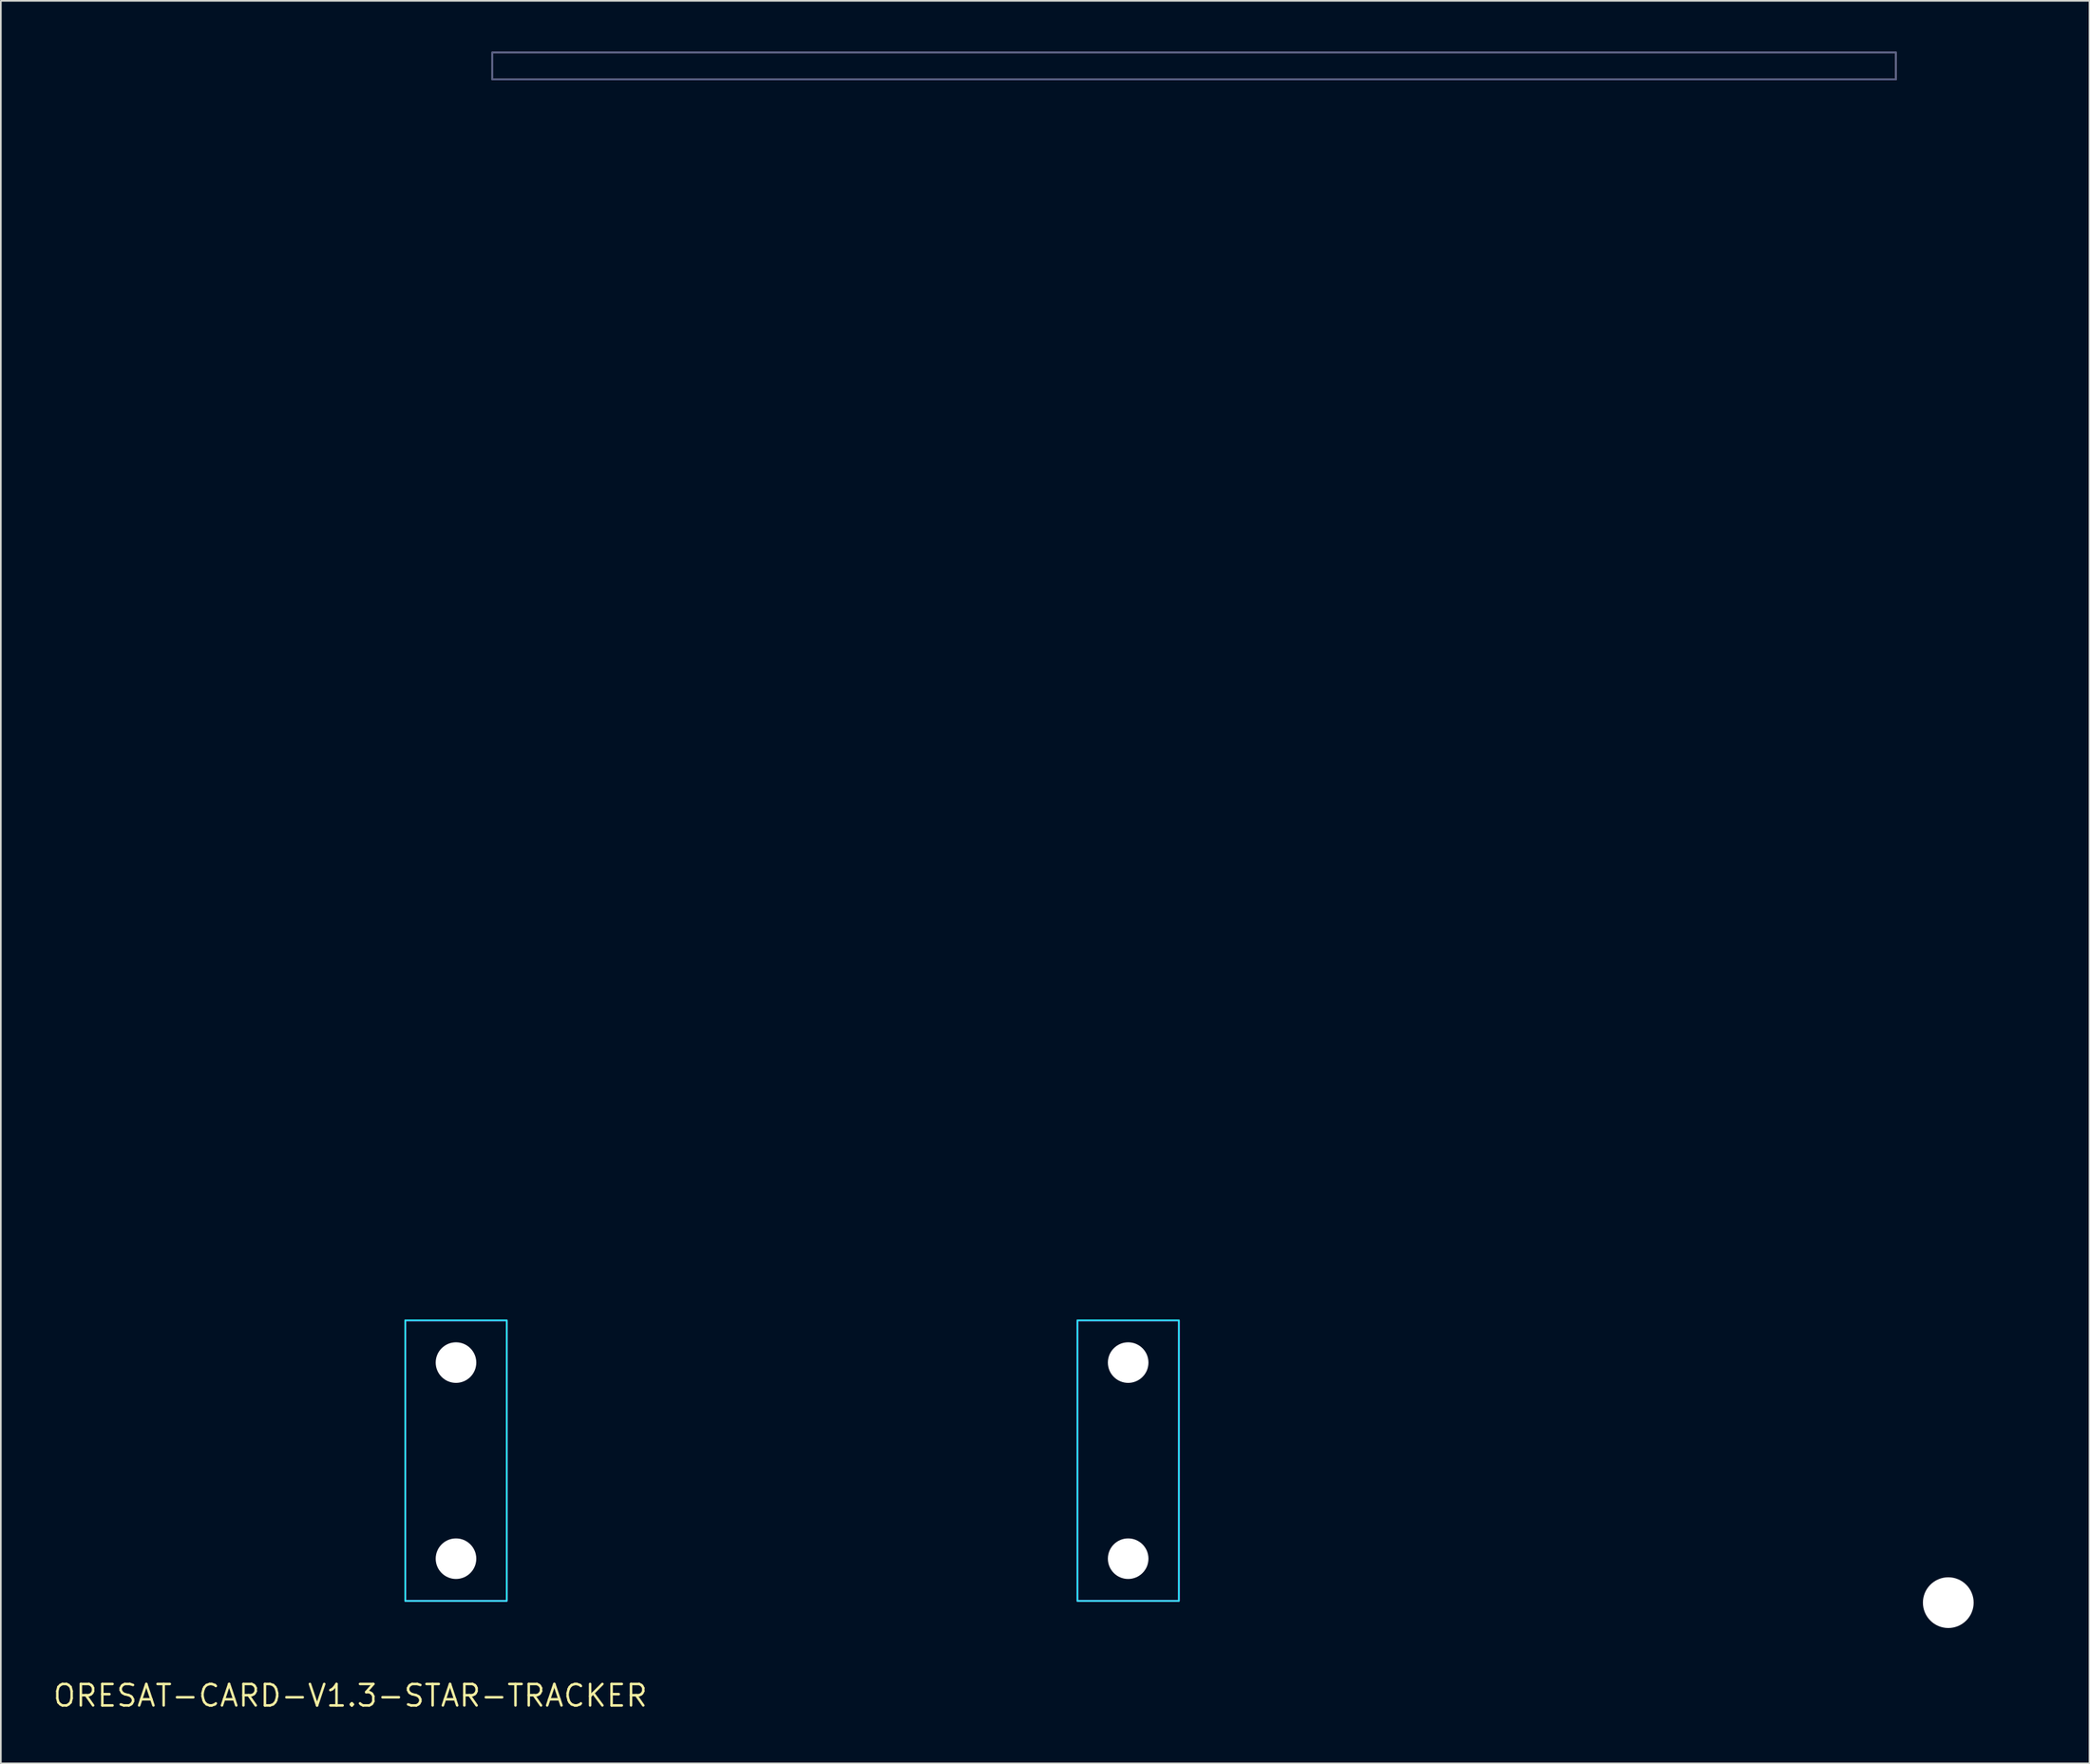
<source format=kicad_pcb>
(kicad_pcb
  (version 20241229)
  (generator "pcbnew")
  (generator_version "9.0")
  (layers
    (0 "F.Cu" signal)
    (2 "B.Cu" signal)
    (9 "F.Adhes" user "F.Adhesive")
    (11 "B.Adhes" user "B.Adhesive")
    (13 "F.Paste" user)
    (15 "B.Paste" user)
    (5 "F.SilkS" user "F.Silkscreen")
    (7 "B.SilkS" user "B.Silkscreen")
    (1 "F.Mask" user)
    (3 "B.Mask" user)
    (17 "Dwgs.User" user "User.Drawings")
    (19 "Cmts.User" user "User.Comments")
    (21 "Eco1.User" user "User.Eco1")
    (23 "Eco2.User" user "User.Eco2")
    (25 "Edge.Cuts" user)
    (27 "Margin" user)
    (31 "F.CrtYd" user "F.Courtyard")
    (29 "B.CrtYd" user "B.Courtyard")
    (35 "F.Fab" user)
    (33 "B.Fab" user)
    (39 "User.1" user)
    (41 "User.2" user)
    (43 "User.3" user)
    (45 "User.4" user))
  (footprint "ORESAT-CARD-V1.3-STAR-TRACKER"
    (layer "F.Cu")
    (at 17.666 97.25)
    (property "Reference" "ORESAT-CARD-V1.3-STAR-TRACKER" (at 0 0 0) (layer "F.SilkS") (effects (font (size 1.27 1.27) (thickness 0.15))))
    (fp_poly (pts (xy 2.75 -8.501) (xy 0.497 -8.501) (xy 0.358 -8.519) (xy 0.225 -8.574) (xy 0.111 -8.662) (xy 0.021 -8.778) (xy -0.05 -9.044) (xy -0.05 -88.921) (xy 2.75 -91.721)) (stroke (width 0) (type default)) (fill yes) (layer "F.Mask"))
    (fp_poly (pts (xy 99.85 -88.922) (xy 99.85 -9.097) (xy 99.832 -8.958) (xy 99.777 -8.825) (xy 99.689 -8.711) (xy 99.575 -8.623) (xy 99.442 -8.568) (xy 99.303 -8.55) (xy 97.05 -8.55) (xy 97.05 -91.514)) (stroke (width 0) (type default)) (fill yes) (layer "F.Mask"))
    (fp_poly (pts (xy 84.35 -0.497) (xy 84.332 -0.358) (xy 84.277 -0.225) (xy 84.189 -0.111) (xy 84.075 -0.023) (xy 83.942 0.032) (xy 83.803 0.05) (xy 43.522 0.05) (xy 43.383 0.032) (xy 43.25 -0.023) (xy 43.136 -0.111) (xy 43.046 -0.227) (xy 42.975 -0.493) (xy 42.975 -2.75) (xy 84.35 -2.75)) (stroke (width 0) (type default)) (fill yes) (layer "F.Mask"))
    (fp_poly (pts (xy 2.75 -8.501) (xy 0.497 -8.501) (xy 0.358 -8.519) (xy 0.225 -8.574) (xy 0.111 -8.662) (xy 0.021 -8.778) (xy -0.05 -9.044) (xy -0.05 -88.921) (xy 2.75 -91.721)) (stroke (width 0) (type default)) (fill yes) (layer "B.Mask"))
    (fp_poly (pts (xy 99.85 -88.922) (xy 99.85 -9.097) (xy 99.832 -8.958) (xy 99.777 -8.825) (xy 99.689 -8.711) (xy 99.575 -8.623) (xy 99.442 -8.568) (xy 99.303 -8.55) (xy 97.05 -8.55) (xy 97.05 -91.514)) (stroke (width 0) (type default)) (fill yes) (layer "B.Mask"))
    (fp_poly (pts (xy 84.35 -0.497) (xy 84.332 -0.358) (xy 84.277 -0.225) (xy 84.189 -0.111) (xy 84.075 -0.023) (xy 83.942 0.032) (xy 83.803 0.05) (xy 43.522 0.05) (xy 43.383 0.032) (xy 43.25 -0.023) (xy 43.136 -0.111) (xy 43.046 -0.227) (xy 42.975 -0.493) (xy 42.975 -2.75) (xy 84.35 -2.75)) (stroke (width 0) (type default)) (fill yes) (layer "B.Mask"))
    (fp_line (start 0 -88.8) (end 0 -9.1) (stroke (width 0.001) (type solid)) (layer "Dwgs.User"))
    (fp_line (start 2.25 -8.6) (end 0.5 -8.6) (stroke (width 0.001) (type solid)) (layer "Dwgs.User"))
    (fp_line (start 2.75 -8.1) (end 2.75 -3.4) (stroke (width 0.001) (type solid)) (layer "Dwgs.User"))
    (fp_line (start 3.25 -22.2) (end 9.25 -22.2) (stroke (width 0.001) (type solid)) (layer "Dwgs.User"))
    (fp_line (start 3.25 -5.6) (end 3.25 -22.2) (stroke (width 0.001) (type solid)) (layer "Dwgs.User"))
    (fp_line (start 3.25 -2.9) (end 8.75 -2.9) (stroke (width 0.001) (type solid)) (layer "Dwgs.User"))
    (fp_line (start 5.8 -94.6) (end 0 -88.8) (stroke (width 0.001) (type solid)) (layer "Dwgs.User"))
    (fp_line (start 8.4 -95.6) (end 8.4 -97.2) (stroke (width 0.001) (type solid)) (layer "Dwgs.User"))
    (fp_line (start 8.668 -94.6) (end 5.8 -94.6) (stroke (width 0.001) (type solid)) (layer "Dwgs.User"))
    (fp_line (start 9.25 -22.2) (end 9.25 -5.6) (stroke (width 0.001) (type solid)) (layer "Dwgs.User"))
    (fp_line (start 9.25 -5.6) (end 3.25 -5.6) (stroke (width 0.001) (type solid)) (layer "Dwgs.User"))
    (fp_line (start 9.25 -3.4) (end 9.25 -26.9) (stroke (width 0.001) (type solid)) (layer "Dwgs.User"))
    (fp_line (start 10.25 -22.8) (end 10.25 -21.2) (stroke (width 0.001) (type solid)) (layer "Dwgs.User"))
    (fp_line (start 10.25 -21.2) (end 41.75 -21.2) (stroke (width 0.001) (type solid)) (layer "Dwgs.User"))
    (fp_line (start 11.25 -28.9) (end 41 -28.9) (stroke (width 0.001) (type solid)) (layer "Dwgs.User"))
    (fp_line (start 19.1 -87.9) (end 56 -87.9) (stroke (width 0.001) (type solid)) (layer "Dwgs.User"))
    (fp_line (start 21.9 -89.9) (end 21.9 -86) (stroke (width 0.001) (type solid)) (layer "Dwgs.User"))
    (fp_line (start 31.668 -94.6) (end 12.132 -94.6) (stroke (width 0.001) (type solid)) (layer "Dwgs.User"))
    (fp_line (start 41.75 -22.8) (end 10.25 -22.8) (stroke (width 0.001) (type solid)) (layer "Dwgs.User"))
    (fp_line (start 41.75 -21.2) (end 41.75 -22.8) (stroke (width 0.001) (type solid)) (layer "Dwgs.User"))
    (fp_line (start 43 -26.9) (end 43 -0.5) (stroke (width 0.001) (type solid)) (layer "Dwgs.User"))
    (fp_line (start 43 -22.2) (end 49 -22.2) (stroke (width 0.001) (type solid)) (layer "Dwgs.User"))
    (fp_line (start 43 -5.6) (end 43 -22.2) (stroke (width 0.001) (type solid)) (layer "Dwgs.User"))
    (fp_line (start 49 -22.2) (end 49 -5.6) (stroke (width 0.001) (type solid)) (layer "Dwgs.User"))
    (fp_line (start 49 -5.6) (end 43 -5.6) (stroke (width 0.001) (type solid)) (layer "Dwgs.User"))
    (fp_line (start 49.9 -44.672) (end 49.9 -89.9) (stroke (width 0.001) (type solid)) (layer "Dwgs.User"))
    (fp_line (start 64.668 -94.6) (end 35.132 -94.6) (stroke (width 0.001) (type solid)) (layer "Dwgs.User"))
    (fp_line (start 83.8 0) (end 43.5 0) (stroke (width 0.001) (type solid)) (layer "Dwgs.User"))
    (fp_line (start 84.3 -0.5) (end 84.3 -2.4) (stroke (width 0.001) (type solid)) (layer "Dwgs.User"))
    (fp_line (start 84.8 -2.9) (end 96.55 -2.9) (stroke (width 0.001) (type solid)) (layer "Dwgs.User"))
    (fp_line (start 87.668 -94.6) (end 68.132 -94.6) (stroke (width 0.001) (type solid)) (layer "Dwgs.User"))
    (fp_line (start 91.4 -97.2) (end 8.4 -97.2) (stroke (width 0.001) (type solid)) (layer "Dwgs.User"))
    (fp_line (start 91.4 -97.2) (end 91.4 -95.6) (stroke (width 0.001) (type solid)) (layer "Dwgs.User"))
    (fp_line (start 91.4 -95.6) (end 8.4 -95.6) (stroke (width 0.001) (type solid)) (layer "Dwgs.User"))
    (fp_line (start 94 -94.6) (end 91.132 -94.6) (stroke (width 0.001) (type solid)) (layer "Dwgs.User"))
    (fp_line (start 97.05 -3.4) (end 97.05 -8.1) (stroke (width 0.001) (type solid)) (layer "Dwgs.User"))
    (fp_line (start 99.3 -8.6) (end 97.55 -8.6) (stroke (width 0.001) (type solid)) (layer "Dwgs.User"))
    (fp_line (start 99.8 -88.8) (end 94 -94.6) (stroke (width 0.001) (type solid)) (layer "Dwgs.User"))
    (fp_line (start 99.8 -9.1) (end 99.8 -88.8) (stroke (width 0.001) (type solid)) (layer "Dwgs.User"))
    (fp_arc (start 0.5 -8.6) (mid 0.146447 -8.746447) (end 0 -9.1) (stroke (width 0.001) (type solid)) (layer "Dwgs.User"))
    (fp_arc (start 2.25 -8.6) (mid 2.603553 -8.453553) (end 2.75 -8.1) (stroke (width 0.001) (type solid)) (layer "Dwgs.User"))
    (fp_arc (start 3.25 -2.9) (mid 2.896447 -3.046447) (end 2.75 -3.4) (stroke (width 0.001) (type solid)) (layer "Dwgs.User"))
    (fp_arc (start 9.25 -26.9) (mid 9.835786 -28.314214) (end 11.25 -28.9) (stroke (width 0.001) (type solid)) (layer "Dwgs.User"))
    (fp_arc (start 9.25 -3.4) (mid 9.103553 -3.046447) (end 8.75 -2.9) (stroke (width 0.001) (type solid)) (layer "Dwgs.User"))
    (fp_arc (start 12.132049 -94.599999) (mid 10.399999 -93.600001) (end 8.66795 -94.6) (stroke (width 0.001) (type solid)) (layer "Dwgs.User"))
    (fp_arc (start 35.132049 -94.599999) (mid 33.399999 -93.600001) (end 31.66795 -94.6) (stroke (width 0.001) (type solid)) (layer "Dwgs.User"))
    (fp_arc (start 41 -28.9) (mid 42.414214 -28.314214) (end 43 -26.9) (stroke (width 0.001) (type solid)) (layer "Dwgs.User"))
    (fp_arc (start 43.5 0) (mid 43.146447 -0.146447) (end 43 -0.5) (stroke (width 0.001) (type solid)) (layer "Dwgs.User"))
    (fp_arc (start 68.132049 -94.599999) (mid 66.399999 -93.600001) (end 64.66795 -94.6) (stroke (width 0.001) (type solid)) (layer "Dwgs.User"))
    (fp_arc (start 84.3 -2.4) (mid 84.446447 -2.753553) (end 84.8 -2.9) (stroke (width 0.001) (type solid)) (layer "Dwgs.User"))
    (fp_arc (start 84.3 -0.5) (mid 84.153553 -0.146447) (end 83.8 0) (stroke (width 0.001) (type solid)) (layer "Dwgs.User"))
    (fp_arc (start 91.132049 -94.599999) (mid 89.399999 -93.600001) (end 87.66795 -94.6) (stroke (width 0.001) (type solid)) (layer "Dwgs.User"))
    (fp_arc (start 97.05 -8.1) (mid 97.196447 -8.453553) (end 97.55 -8.6) (stroke (width 0.001) (type solid)) (layer "Dwgs.User"))
    (fp_arc (start 97.05 -3.4) (mid 96.903553 -3.046447) (end 96.55 -2.9) (stroke (width 0.001) (type solid)) (layer "Dwgs.User"))
    (fp_arc (start 99.8 -9.1) (mid 99.653553 -8.746447) (end 99.3 -8.6) (stroke (width 0.001) (type solid)) (layer "Dwgs.User"))
    (fp_circle (center 6.25 -19.7) (end 7.45 -19.7) (stroke (width 0.001) (type solid)) (fill no) (layer "Dwgs.User"))
    (fp_circle (center 6.25 -8.1) (end 7.45 -8.1) (stroke (width 0.001) (type solid)) (fill no) (layer "Dwgs.User"))
    (fp_circle (center 46 -19.7) (end 47.2 -19.7) (stroke (width 0.001) (type solid)) (fill no) (layer "Dwgs.User"))
    (fp_circle (center 46 -8.1) (end 47.2 -8.1) (stroke (width 0.001) (type solid)) (fill no) (layer "Dwgs.User"))
    (fp_circle (center 49.9 -49.8) (end 52.4 -49.8) (stroke (width 0.001) (type solid)) (fill no) (layer "Dwgs.User"))
    (fp_line (start 0 -88.8) (end 0 -9.1) (stroke (width 0.001) (type solid)) (layer "Edge.Cuts"))
    (fp_line (start 2.25 -8.6) (end 0.5 -8.6) (stroke (width 0.001) (type solid)) (layer "Edge.Cuts"))
    (fp_line (start 2.75 -8.1) (end 2.75 -3.4) (stroke (width 0.001) (type solid)) (layer "Edge.Cuts"))
    (fp_line (start 3.25 -2.9) (end 8.75 -2.9) (stroke (width 0.001) (type solid)) (layer "Edge.Cuts"))
    (fp_line (start 5.8 -94.6) (end 0 -88.8) (stroke (width 0.001) (type solid)) (layer "Edge.Cuts"))
    (fp_line (start 8.668 -94.6) (end 5.8 -94.6) (stroke (width 0.001) (type solid)) (layer "Edge.Cuts"))
    (fp_line (start 9.25 -3.4) (end 9.25 -26.9) (stroke (width 0.001) (type solid)) (layer "Edge.Cuts"))
    (fp_line (start 11.25 -28.9) (end 41 -28.9) (stroke (width 0.001) (type solid)) (layer "Edge.Cuts"))
    (fp_line (start 31.668 -94.6) (end 12.132 -94.6) (stroke (width 0.001) (type solid)) (layer "Edge.Cuts"))
    (fp_line (start 43 -26.9) (end 43 -0.5) (stroke (width 0.001) (type solid)) (layer "Edge.Cuts"))
    (fp_line (start 64.668 -94.6) (end 35.132 -94.6) (stroke (width 0.001) (type solid)) (layer "Edge.Cuts"))
    (fp_line (start 83.8 0) (end 43.5 0) (stroke (width 0.001) (type solid)) (layer "Edge.Cuts"))
    (fp_line (start 84.3 -0.5) (end 84.3 -2.4) (stroke (width 0.001) (type solid)) (layer "Edge.Cuts"))
    (fp_line (start 84.8 -2.9) (end 96.55 -2.9) (stroke (width 0.001) (type solid)) (layer "Edge.Cuts"))
    (fp_line (start 87.668 -94.6) (end 68.132 -94.6) (stroke (width 0.001) (type solid)) (layer "Edge.Cuts"))
    (fp_line (start 94 -94.6) (end 91.132 -94.6) (stroke (width 0.001) (type solid)) (layer "Edge.Cuts"))
    (fp_line (start 97.05 -3.4) (end 97.05 -8.1) (stroke (width 0.001) (type solid)) (layer "Edge.Cuts"))
    (fp_line (start 99.3 -8.6) (end 97.55 -8.6) (stroke (width 0.001) (type solid)) (layer "Edge.Cuts"))
    (fp_line (start 99.8 -88.8) (end 94 -94.6) (stroke (width 0.001) (type solid)) (layer "Edge.Cuts"))
    (fp_line (start 99.8 -9.1) (end 99.8 -88.8) (stroke (width 0.001) (type solid)) (layer "Edge.Cuts"))
    (fp_arc (start 0.5 -8.6) (mid 0.146447 -8.746447) (end 0 -9.1) (stroke (width 0.001) (type solid)) (layer "Edge.Cuts"))
    (fp_arc (start 2.25 -8.6) (mid 2.603553 -8.453553) (end 2.75 -8.1) (stroke (width 0.001) (type solid)) (layer "Edge.Cuts"))
    (fp_arc (start 3.25 -2.9) (mid 2.896447 -3.046447) (end 2.75 -3.4) (stroke (width 0.001) (type solid)) (layer "Edge.Cuts"))
    (fp_arc (start 9.25 -26.9) (mid 9.835786 -28.314214) (end 11.25 -28.9) (stroke (width 0.001) (type solid)) (layer "Edge.Cuts"))
    (fp_arc (start 9.25 -3.4) (mid 9.103553 -3.046447) (end 8.75 -2.9) (stroke (width 0.001) (type solid)) (layer "Edge.Cuts"))
    (fp_arc (start 12.132049 -94.599999) (mid 10.399999 -93.600001) (end 8.66795 -94.6) (stroke (width 0.001) (type solid)) (layer "Edge.Cuts"))
    (fp_arc (start 35.132049 -94.599999) (mid 33.399999 -93.600001) (end 31.66795 -94.6) (stroke (width 0.001) (type solid)) (layer "Edge.Cuts"))
    (fp_arc (start 41 -28.9) (mid 42.414214 -28.314214) (end 43 -26.9) (stroke (width 0.001) (type solid)) (layer "Edge.Cuts"))
    (fp_arc (start 43.5 0) (mid 43.146447 -0.146447) (end 43 -0.5) (stroke (width 0.001) (type solid)) (layer "Edge.Cuts"))
    (fp_arc (start 68.132049 -94.599999) (mid 66.399999 -93.600001) (end 64.66795 -94.6) (stroke (width 0.001) (type solid)) (layer "Edge.Cuts"))
    (fp_arc (start 84.3 -2.4) (mid 84.446447 -2.753553) (end 84.8 -2.9) (stroke (width 0.001) (type solid)) (layer "Edge.Cuts"))
    (fp_arc (start 84.3 -0.5) (mid 84.153553 -0.146447) (end 83.8 0) (stroke (width 0.001) (type solid)) (layer "Edge.Cuts"))
    (fp_arc (start 91.132049 -94.599999) (mid 89.399999 -93.600001) (end 87.66795 -94.6) (stroke (width 0.001) (type solid)) (layer "Edge.Cuts"))
    (fp_arc (start 97.05 -8.1) (mid 97.196447 -8.453553) (end 97.55 -8.6) (stroke (width 0.001) (type solid)) (layer "Edge.Cuts"))
    (fp_arc (start 97.05 -3.4) (mid 96.903553 -3.046447) (end 96.55 -2.9) (stroke (width 0.001) (type solid)) (layer "Edge.Cuts"))
    (fp_arc (start 99.8 -9.1) (mid 99.653553 -8.746447) (end 99.3 -8.6) (stroke (width 0.001) (type solid)) (layer "Edge.Cuts"))
    (fp_poly (pts (xy 3.25 -5.6) (xy 9.25 -5.6) (xy 9.25 -22.2) (xy 3.25 -22.2)) (stroke (width 0.1) (type default)) (fill no) (layer "B.CrtYd"))
    (fp_poly (pts (xy 43 -5.6) (xy 49 -5.6) (xy 49 -22.2) (xy 43 -22.2)) (stroke (width 0.1) (type default)) (fill no) (layer "B.CrtYd"))
    (fp_poly (pts (xy 3.25 -5.6) (xy 9.25 -5.6) (xy 9.25 -22.2) (xy 3.25 -22.2)) (stroke (width 0.1) (type default)) (fill no) (layer "F.CrtYd"))
    (fp_poly (pts (xy 43 -5.6) (xy 49 -5.6) (xy 49 -22.2) (xy 43 -22.2)) (stroke (width 0.1) (type default)) (fill no) (layer "F.CrtYd"))
    (fp_poly (pts (xy 8.4 -95.6) (xy 91.4 -95.6) (xy 91.4 -97.2) (xy 8.4 -97.2)) (stroke (width 0.1) (type default)) (fill no) (layer "B.Fab"))
    (fp_line (start 20.9 -87.9) (end 22.9 -87.9) (stroke (width 0.001) (type solid)) (layer "F.Fab"))
    (fp_line (start 21.9 -88.894) (end 21.9 -86.894) (stroke (width 0.001) (type solid)) (layer "F.Fab"))
    (fp_line (start 48.9 -87.9) (end 50.9 -87.9) (stroke (width 0.001) (type solid)) (layer "F.Fab"))
    (fp_line (start 48.9 -49.9) (end 50.9 -49.9) (stroke (width 0.001) (type solid)) (layer "F.Fab"))
    (fp_line (start 49.9 -88.894) (end 49.9 -86.894) (stroke (width 0.001) (type solid)) (layer "F.Fab"))
    (fp_line (start 49.9 -50.9) (end 49.9 -48.9) (stroke (width 0.001) (type solid)) (layer "F.Fab"))
    (fp_circle (center 21.9 -87.9) (end 22.4 -87.9) (stroke (width 0.001) (type solid)) (fill no) (layer "F.Fab"))
    (fp_circle (center 49.9 -87.9) (end 50.4 -87.9) (stroke (width 0.001) (type solid)) (fill no) (layer "F.Fab"))
    (fp_circle (center 49.9 -49.9) (end 50.4 -49.9) (stroke (width 0.001) (type solid)) (fill no) (layer "F.Fab"))
    (fp_poly (pts (xy 8.4 -95.6) (xy 91.4 -95.6) (xy 91.4 -97.2) (xy 8.4 -97.2)) (stroke (width 0.1) (type default)) (fill no) (layer "F.Fab"))
    (pad "" np_thru_hole circle (at 6.25 -19.7) (size 2.4 2.4) (drill 2.4) (layers "*.Cu" "*.Mask"))
    (pad "" np_thru_hole circle (at 6.25 -8.1) (size 2.4 2.4) (drill 2.4) (layers "*.Cu" "*.Mask"))
    (pad "" np_thru_hole circle (at 46 -19.7) (size 2.4 2.4) (drill 2.4) (layers "*.Cu" "*.Mask"))
    (pad "" np_thru_hole circle (at 46 -8.1) (size 2.4 2.4) (drill 2.4) (layers "*.Cu" "*.Mask"))
    (pad "" np_thru_hole circle (at 94.5 -5.5) (size 3 3) (drill 3) (layers "*.Cu" "*.Mask")))
  (gr_rect
    (start -3 -3)
    (end 120.516 101.256)
    (stroke (width 0.1) (type default))
    (fill no)
    (layer "Edge.Cuts")))
</source>
